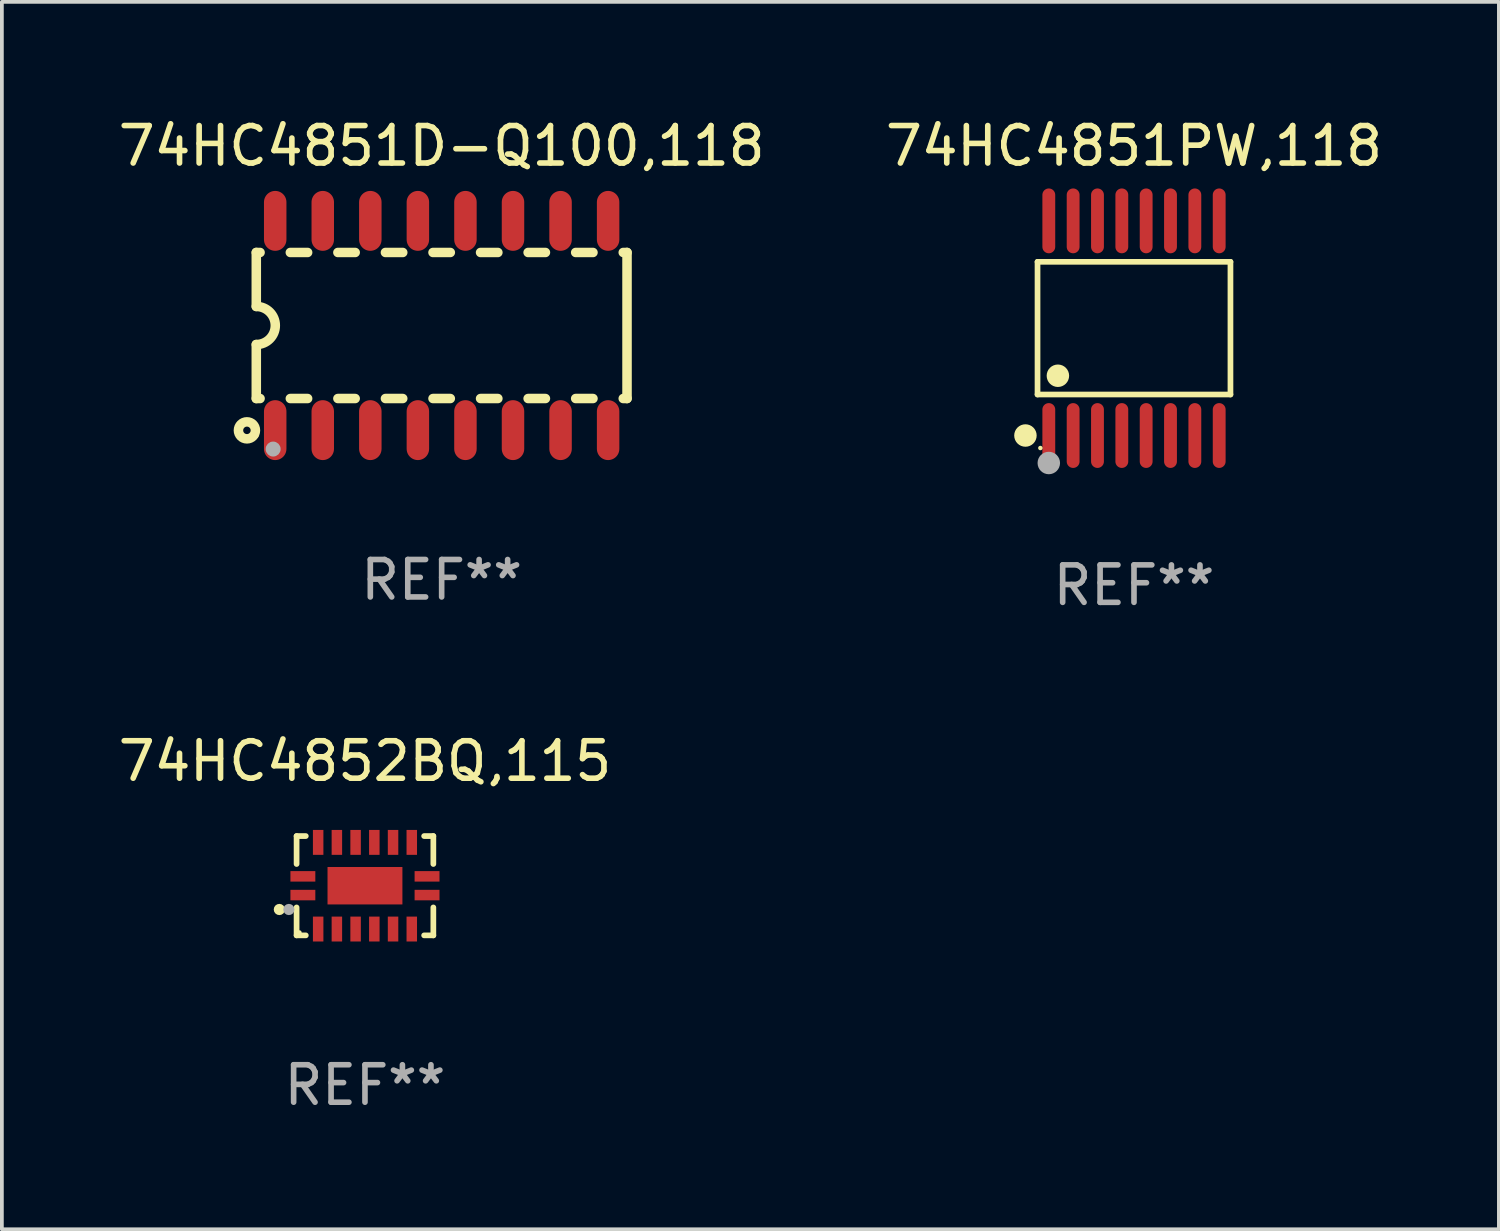
<source format=kicad_pcb>
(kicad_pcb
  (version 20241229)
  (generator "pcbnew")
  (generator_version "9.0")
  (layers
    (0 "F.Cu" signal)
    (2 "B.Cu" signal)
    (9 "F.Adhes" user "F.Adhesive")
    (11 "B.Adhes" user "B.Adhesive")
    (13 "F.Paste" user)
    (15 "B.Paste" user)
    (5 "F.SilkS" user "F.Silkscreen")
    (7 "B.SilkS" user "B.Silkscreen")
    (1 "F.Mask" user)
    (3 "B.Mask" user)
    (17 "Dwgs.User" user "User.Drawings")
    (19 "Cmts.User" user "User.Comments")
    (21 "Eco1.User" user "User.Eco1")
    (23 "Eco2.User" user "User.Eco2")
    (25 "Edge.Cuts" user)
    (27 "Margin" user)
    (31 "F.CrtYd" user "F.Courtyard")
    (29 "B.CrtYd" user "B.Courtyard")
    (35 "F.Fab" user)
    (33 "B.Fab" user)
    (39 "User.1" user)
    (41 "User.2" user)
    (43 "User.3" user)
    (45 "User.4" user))
  (footprint "74HC4851D-Q100,118"
    (layer "F.Cu")
    (at 8.744 5.642)
    (property "Reference" "74HC4851D-Q100,118" (at 0 -4.794 0) (layer "F.SilkS") (effects (font (size 1 1) (thickness 0.15))))
    (attr through_hole)
    (fp_line (start -4.95 -1.95) (end -4.95 -0.508) (stroke (width 0.254) (type solid)) (layer "F.SilkS"))
    (fp_line (start -4.95 -1.95) (end -4.849 -1.95) (stroke (width 0.254) (type solid)) (layer "F.SilkS"))
    (fp_line (start -4.95 1.95) (end -4.95 0.508) (stroke (width 0.254) (type solid)) (layer "F.SilkS"))
    (fp_line (start -4.95 1.95) (end -4.849 1.95) (stroke (width 0.254) (type solid)) (layer "F.SilkS"))
    (fp_line (start -4.041 -1.95) (end -3.579 -1.95) (stroke (width 0.254) (type solid)) (layer "F.SilkS"))
    (fp_line (start -4.041 1.95) (end -3.579 1.95) (stroke (width 0.254) (type solid)) (layer "F.SilkS"))
    (fp_line (start -2.771 -1.95) (end -2.309 -1.95) (stroke (width 0.254) (type solid)) (layer "F.SilkS"))
    (fp_line (start -2.771 1.95) (end -2.309 1.95) (stroke (width 0.254) (type solid)) (layer "F.SilkS"))
    (fp_line (start -1.501 -1.95) (end -1.039 -1.95) (stroke (width 0.254) (type solid)) (layer "F.SilkS"))
    (fp_line (start -1.501 1.95) (end -1.039 1.95) (stroke (width 0.254) (type solid)) (layer "F.SilkS"))
    (fp_line (start -0.231 -1.95) (end 0.231 -1.95) (stroke (width 0.254) (type solid)) (layer "F.SilkS"))
    (fp_line (start -0.231 1.95) (end 0.231 1.95) (stroke (width 0.254) (type solid)) (layer "F.SilkS"))
    (fp_line (start 1.039 -1.95) (end 1.501 -1.95) (stroke (width 0.254) (type solid)) (layer "F.SilkS"))
    (fp_line (start 1.039 1.95) (end 1.501 1.95) (stroke (width 0.254) (type solid)) (layer "F.SilkS"))
    (fp_line (start 2.309 -1.95) (end 2.771 -1.95) (stroke (width 0.254) (type solid)) (layer "F.SilkS"))
    (fp_line (start 2.309 1.95) (end 2.771 1.95) (stroke (width 0.254) (type solid)) (layer "F.SilkS"))
    (fp_line (start 3.579 -1.95) (end 4.041 -1.95) (stroke (width 0.254) (type solid)) (layer "F.SilkS"))
    (fp_line (start 3.579 1.95) (end 4.041 1.95) (stroke (width 0.254) (type solid)) (layer "F.SilkS"))
    (fp_line (start 4.849 -1.95) (end 4.95 -1.95) (stroke (width 0.254) (type solid)) (layer "F.SilkS"))
    (fp_line (start 4.849 1.95) (end 4.95 1.95) (stroke (width 0.254) (type solid)) (layer "F.SilkS"))
    (fp_line (start 4.95 -1.95) (end 4.95 1.95) (stroke (width 0.254) (type solid)) (layer "F.SilkS"))
    (fp_arc (start -4.95047 -0.508001) (mid -4.442469 -0.000228) (end -4.950013 0.508001) (stroke (width 0.254001) (type solid)) (layer "F.SilkS"))
    (fp_circle (center -5.2 2.8) (end -5.1 2.8) (stroke (width 0.254) (type solid)) (fill no) (layer "F.SilkS"))
    (fp_circle (center -4.95 2.947) (end -4.92 2.947) (stroke (width 0.06) (type solid)) (fill no) (layer "F.SilkS"))
    (fp_circle (center -4.5 3.3) (end -4.4 3.3) (stroke (width 0.2) (type solid)) (fill no) (layer "F.Fab"))
    (fp_text user "REF**" (at 0 6.794 0) (layer "F.Fab") (effects (font (size 1 1) (thickness 0.15))))
    (pad "1" smd oval (at -4.445 2.794) (size 0.6 1.6) (layers "F.Cu" "F.Mask" "F.Paste"))
    (pad "2" smd oval (at -3.175 2.794) (size 0.6 1.6) (layers "F.Cu" "F.Mask" "F.Paste"))
    (pad "3" smd oval (at -1.905 2.794) (size 0.6 1.6) (layers "F.Cu" "F.Mask" "F.Paste"))
    (pad "4" smd oval (at -0.635 2.794) (size 0.6 1.6) (layers "F.Cu" "F.Mask" "F.Paste"))
    (pad "5" smd oval (at 0.635 2.794) (size 0.6 1.6) (layers "F.Cu" "F.Mask" "F.Paste"))
    (pad "6" smd oval (at 1.905 2.794) (size 0.6 1.6) (layers "F.Cu" "F.Mask" "F.Paste"))
    (pad "7" smd oval (at 3.175 2.794) (size 0.6 1.6) (layers "F.Cu" "F.Mask" "F.Paste"))
    (pad "8" smd oval (at 4.445 2.794) (size 0.6 1.6) (layers "F.Cu" "F.Mask" "F.Paste"))
    (pad "9" smd oval (at 4.445 -2.794) (size 0.6 1.6) (layers "F.Cu" "F.Mask" "F.Paste"))
    (pad "10" smd oval (at 3.175 -2.794) (size 0.6 1.6) (layers "F.Cu" "F.Mask" "F.Paste"))
    (pad "11" smd oval (at 1.905 -2.794) (size 0.6 1.6) (layers "F.Cu" "F.Mask" "F.Paste"))
    (pad "12" smd oval (at 0.635 -2.794) (size 0.6 1.6) (layers "F.Cu" "F.Mask" "F.Paste"))
    (pad "13" smd oval (at -0.635 -2.794) (size 0.6 1.6) (layers "F.Cu" "F.Mask" "F.Paste"))
    (pad "14" smd oval (at -1.905 -2.794) (size 0.6 1.6) (layers "F.Cu" "F.Mask" "F.Paste"))
    (pad "15" smd oval (at -3.175 -2.794) (size 0.6 1.6) (layers "F.Cu" "F.Mask" "F.Paste"))
    (pad "16" smd oval (at -4.445 -2.794) (size 0.6 1.6) (layers "F.Cu" "F.Mask" "F.Paste")))
  (footprint "74HC4851PW,118"
    (layer "F.Cu")
    (at 27.232 5.714)
    (property "Reference" "74HC4851PW,118" (at 0 -4.866 0) (layer "F.SilkS") (effects (font (size 1 1) (thickness 0.15))))
    (attr through_hole)
    (fp_line (start -2.576 -1.772) (end 2.576 -1.772) (stroke (width 0.152) (type solid)) (layer "F.SilkS"))
    (fp_line (start -2.576 1.771) (end -2.576 -1.772) (stroke (width 0.152) (type solid)) (layer "F.SilkS"))
    (fp_line (start 2.576 -1.772) (end 2.576 1.771) (stroke (width 0.152) (type solid)) (layer "F.SilkS"))
    (fp_line (start 2.576 1.771) (end -2.576 1.771) (stroke (width 0.152) (type solid)) (layer "F.SilkS"))
    (fp_circle (center -2.899 2.866) (end -2.749 2.866) (stroke (width 0.3) (type solid)) (fill no) (layer "F.SilkS"))
    (fp_circle (center -2.5 3.2) (end -2.47 3.2) (stroke (width 0.06) (type solid)) (fill no) (layer "F.SilkS"))
    (fp_circle (center -2.032 1.27) (end -1.882 1.27) (stroke (width 0.3) (type solid)) (fill no) (layer "F.SilkS"))
    (fp_circle (center -2.275 3.6) (end -2.125 3.6) (stroke (width 0.3) (type solid)) (fill no) (layer "F.Fab"))
    (fp_text user "REF**" (at 0 6.866 0) (layer "F.Fab") (effects (font (size 1 1) (thickness 0.15))))
    (pad "1" smd oval (at -2.275 2.866) (size 0.343 1.731) (layers "F.Cu" "F.Mask" "F.Paste"))
    (pad "2" smd oval (at -1.625 2.866) (size 0.343 1.731) (layers "F.Cu" "F.Mask" "F.Paste"))
    (pad "3" smd oval (at -0.975 2.866) (size 0.343 1.731) (layers "F.Cu" "F.Mask" "F.Paste"))
    (pad "4" smd oval (at -0.325 2.866) (size 0.343 1.731) (layers "F.Cu" "F.Mask" "F.Paste"))
    (pad "5" smd oval (at 0.325 2.866) (size 0.343 1.731) (layers "F.Cu" "F.Mask" "F.Paste"))
    (pad "6" smd oval (at 0.975 2.866) (size 0.343 1.731) (layers "F.Cu" "F.Mask" "F.Paste"))
    (pad "7" smd oval (at 1.625 2.866) (size 0.343 1.731) (layers "F.Cu" "F.Mask" "F.Paste"))
    (pad "8" smd oval (at 2.275 2.866) (size 0.343 1.731) (layers "F.Cu" "F.Mask" "F.Paste"))
    (pad "9" smd oval (at 2.275 -2.866) (size 0.343 1.731) (layers "F.Cu" "F.Mask" "F.Paste"))
    (pad "10" smd oval (at 1.625 -2.866) (size 0.343 1.731) (layers "F.Cu" "F.Mask" "F.Paste"))
    (pad "11" smd oval (at 0.975 -2.866) (size 0.343 1.731) (layers "F.Cu" "F.Mask" "F.Paste"))
    (pad "12" smd oval (at 0.325 -2.866) (size 0.343 1.731) (layers "F.Cu" "F.Mask" "F.Paste"))
    (pad "13" smd oval (at -0.325 -2.866) (size 0.343 1.731) (layers "F.Cu" "F.Mask" "F.Paste"))
    (pad "14" smd oval (at -0.975 -2.866) (size 0.343 1.731) (layers "F.Cu" "F.Mask" "F.Paste"))
    (pad "15" smd oval (at -1.625 -2.866) (size 0.343 1.731) (layers "F.Cu" "F.Mask" "F.Paste"))
    (pad "16" smd oval (at -2.275 -2.866) (size 0.343 1.731) (layers "F.Cu" "F.Mask" "F.Paste")))
  (footprint "74HC4852BQ,115"
    (layer "F.Cu")
    (at 6.696 20.602)
    (property "Reference" "74HC4852BQ,115" (at 0 -3.326 0) (layer "F.SilkS") (effects (font (size 1 1) (thickness 0.15))))
    (attr through_hole)
    (fp_line (start -1.826 -1.326) (end -1.58 -1.326) (stroke (width 0.152) (type solid)) (layer "F.SilkS"))
    (fp_line (start -1.826 -0.58) (end -1.826 -1.326) (stroke (width 0.152) (type solid)) (layer "F.SilkS"))
    (fp_line (start -1.826 0.58) (end -1.826 1.326) (stroke (width 0.152) (type solid)) (layer "F.SilkS"))
    (fp_line (start -1.826 1.326) (end -1.58 1.326) (stroke (width 0.152) (type solid)) (layer "F.SilkS"))
    (fp_line (start 1.826 -1.326) (end 1.58 -1.326) (stroke (width 0.152) (type solid)) (layer "F.SilkS"))
    (fp_line (start 1.826 -0.58) (end 1.826 -1.326) (stroke (width 0.152) (type solid)) (layer "F.SilkS"))
    (fp_line (start 1.826 0.58) (end 1.826 1.326) (stroke (width 0.152) (type solid)) (layer "F.SilkS"))
    (fp_line (start 1.826 1.326) (end 1.58 1.326) (stroke (width 0.152) (type solid)) (layer "F.SilkS"))
    (fp_circle (center -2.286 0.635) (end -2.211 0.635) (stroke (width 0.15) (type solid)) (fill no) (layer "F.SilkS"))
    (fp_circle (center -1.75 1.25) (end -1.72 1.25) (stroke (width 0.06) (type solid)) (fill no) (layer "F.SilkS"))
    (fp_circle (center -2.032 0.635) (end -1.957 0.635) (stroke (width 0.15) (type solid)) (fill no) (layer "F.Fab"))
    (fp_text user "REF**" (at 0 5.326 0) (layer "F.Fab") (effects (font (size 1 1) (thickness 0.15))))
    (pad "1" smd rect (at -1.658 0.25) (size 0.665 0.28) (layers "F.Cu" "F.Mask" "F.Paste"))
    (pad "2" smd rect (at -1.25 1.157) (size 0.28 0.665) (layers "F.Cu" "F.Mask" "F.Paste"))
    (pad "3" smd rect (at -0.75 1.157) (size 0.28 0.665) (layers "F.Cu" "F.Mask" "F.Paste"))
    (pad "4" smd rect (at -0.25 1.157) (size 0.28 0.665) (layers "F.Cu" "F.Mask" "F.Paste"))
    (pad "5" smd rect (at 0.25 1.157) (size 0.28 0.665) (layers "F.Cu" "F.Mask" "F.Paste"))
    (pad "6" smd rect (at 0.75 1.157) (size 0.28 0.665) (layers "F.Cu" "F.Mask" "F.Paste"))
    (pad "7" smd rect (at 1.25 1.157) (size 0.28 0.665) (layers "F.Cu" "F.Mask" "F.Paste"))
    (pad "8" smd rect (at 1.658 0.25) (size 0.665 0.28) (layers "F.Cu" "F.Mask" "F.Paste"))
    (pad "9" smd rect (at 1.658 -0.25) (size 0.665 0.28) (layers "F.Cu" "F.Mask" "F.Paste"))
    (pad "10" smd rect (at 1.25 -1.157) (size 0.28 0.665) (layers "F.Cu" "F.Mask" "F.Paste"))
    (pad "11" smd rect (at 0.75 -1.157) (size 0.28 0.665) (layers "F.Cu" "F.Mask" "F.Paste"))
    (pad "12" smd rect (at 0.25 -1.157) (size 0.28 0.665) (layers "F.Cu" "F.Mask" "F.Paste"))
    (pad "13" smd rect (at -0.25 -1.157) (size 0.28 0.665) (layers "F.Cu" "F.Mask" "F.Paste"))
    (pad "14" smd rect (at -0.75 -1.157) (size 0.28 0.665) (layers "F.Cu" "F.Mask" "F.Paste"))
    (pad "15" smd rect (at -1.25 -1.157) (size 0.28 0.665) (layers "F.Cu" "F.Mask" "F.Paste"))
    (pad "16" smd rect (at -1.658 -0.25) (size 0.665 0.28) (layers "F.Cu" "F.Mask" "F.Paste"))
    (pad "17" smd rect (at 0 0) (size 2 1) (layers "F.Cu" "F.Mask" "F.Paste")))
  (gr_rect
    (start -3 -3)
    (end 36.976 29.777)
    (stroke (width 0.1) (type default))
    (fill no)
    (layer "Edge.Cuts")))
</source>
